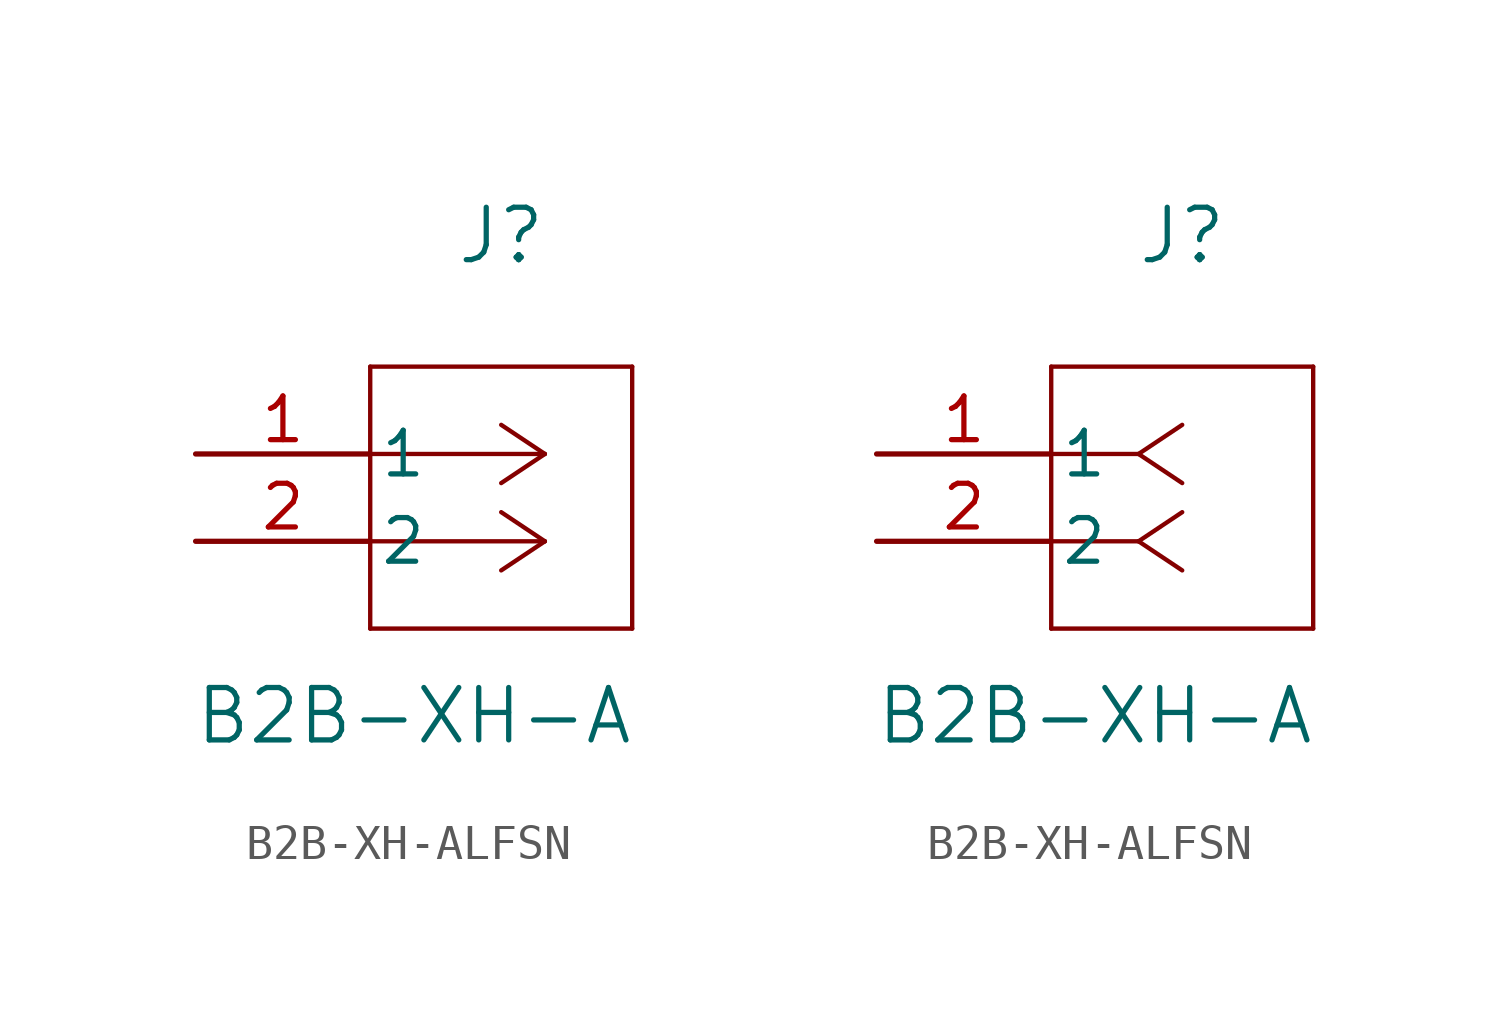
<source format=kicad_sym>
(kicad_symbol_lib
  (version 20220914)
  (generator kicad_symbol_editor)
  (symbol "B2B-XH-ALFSN"
    (pin_names
      (offset 0.254))
    (property "Reference" "J"
      (at 8.89 6.35 0)
      (effects (font (size 1.524 1.524))))
    (property "Value" "B2B-XH-A"
      (at 6.35 -7.62 0)
      (effects (font (size 1.524 1.524))))
    (symbol "B2B-XH-ALFSN_1_1"
      (polyline (pts (xy 5.08 -5.08) (xy 12.7 -5.08)) (stroke (width 0.127) (type default)) (fill (type none)))
      (polyline (pts (xy 5.08 2.54) (xy 5.08 -5.08)) (stroke (width 0.127) (type default)) (fill (type none)))
      (polyline (pts (xy 10.16 -2.54) (xy 5.08 -2.54)) (stroke (width 0.127) (type default)) (fill (type none)))
      (polyline (pts (xy 10.16 -2.54) (xy 8.89 -3.387)) (stroke (width 0.127) (type default)) (fill (type none)))
      (polyline (pts (xy 10.16 -2.54) (xy 8.89 -1.693)) (stroke (width 0.127) (type default)) (fill (type none)))
      (polyline (pts (xy 10.16 0) (xy 5.08 0)) (stroke (width 0.127) (type default)) (fill (type none)))
      (polyline (pts (xy 10.16 0) (xy 8.89 -0.847)) (stroke (width 0.127) (type default)) (fill (type none)))
      (polyline (pts (xy 10.16 0) (xy 8.89 0.847)) (stroke (width 0.127) (type default)) (fill (type none)))
      (polyline (pts (xy 12.7 -5.08) (xy 12.7 2.54)) (stroke (width 0.127) (type default)) (fill (type none)))
      (polyline (pts (xy 12.7 2.54) (xy 5.08 2.54)) (stroke (width 0.127) (type default)) (fill (type none)))
      (pin unspecified line (at 0 0 0) (length 5.08) (name "1" (effects (font (size 1.27 1.27)))) (number "1" (effects (font (size 1.27 1.27)))))
      (pin unspecified line (at 0 -2.54 0) (length 5.08) (name "2" (effects (font (size 1.27 1.27)))) (number "2" (effects (font (size 1.27 1.27))))))
    (symbol "B2B-XH-ALFSN_1_2"
      (polyline (pts (xy 5.08 -5.08) (xy 12.7 -5.08)) (stroke (width 0.127) (type default)) (fill (type none)))
      (polyline (pts (xy 5.08 2.54) (xy 5.08 -5.08)) (stroke (width 0.127) (type default)) (fill (type none)))
      (polyline (pts (xy 7.62 -2.54) (xy 5.08 -2.54)) (stroke (width 0.127) (type default)) (fill (type none)))
      (polyline (pts (xy 7.62 -2.54) (xy 8.89 -3.387)) (stroke (width 0.127) (type default)) (fill (type none)))
      (polyline (pts (xy 7.62 -2.54) (xy 8.89 -1.693)) (stroke (width 0.127) (type default)) (fill (type none)))
      (polyline (pts (xy 7.62 0) (xy 5.08 0)) (stroke (width 0.127) (type default)) (fill (type none)))
      (polyline (pts (xy 7.62 0) (xy 8.89 -0.847)) (stroke (width 0.127) (type default)) (fill (type none)))
      (polyline (pts (xy 7.62 0) (xy 8.89 0.847)) (stroke (width 0.127) (type default)) (fill (type none)))
      (polyline (pts (xy 12.7 -5.08) (xy 12.7 2.54)) (stroke (width 0.127) (type default)) (fill (type none)))
      (polyline (pts (xy 12.7 2.54) (xy 5.08 2.54)) (stroke (width 0.127) (type default)) (fill (type none)))
      (pin unspecified line (at 0 0 0) (length 5.08) (name "1" (effects (font (size 1.27 1.27)))) (number "1" (effects (font (size 1.27 1.27)))))
      (pin unspecified line (at 0 -2.54 0) (length 5.08) (name "2" (effects (font (size 1.27 1.27)))) (number "2" (effects (font (size 1.27 1.27))))))))
</source>
